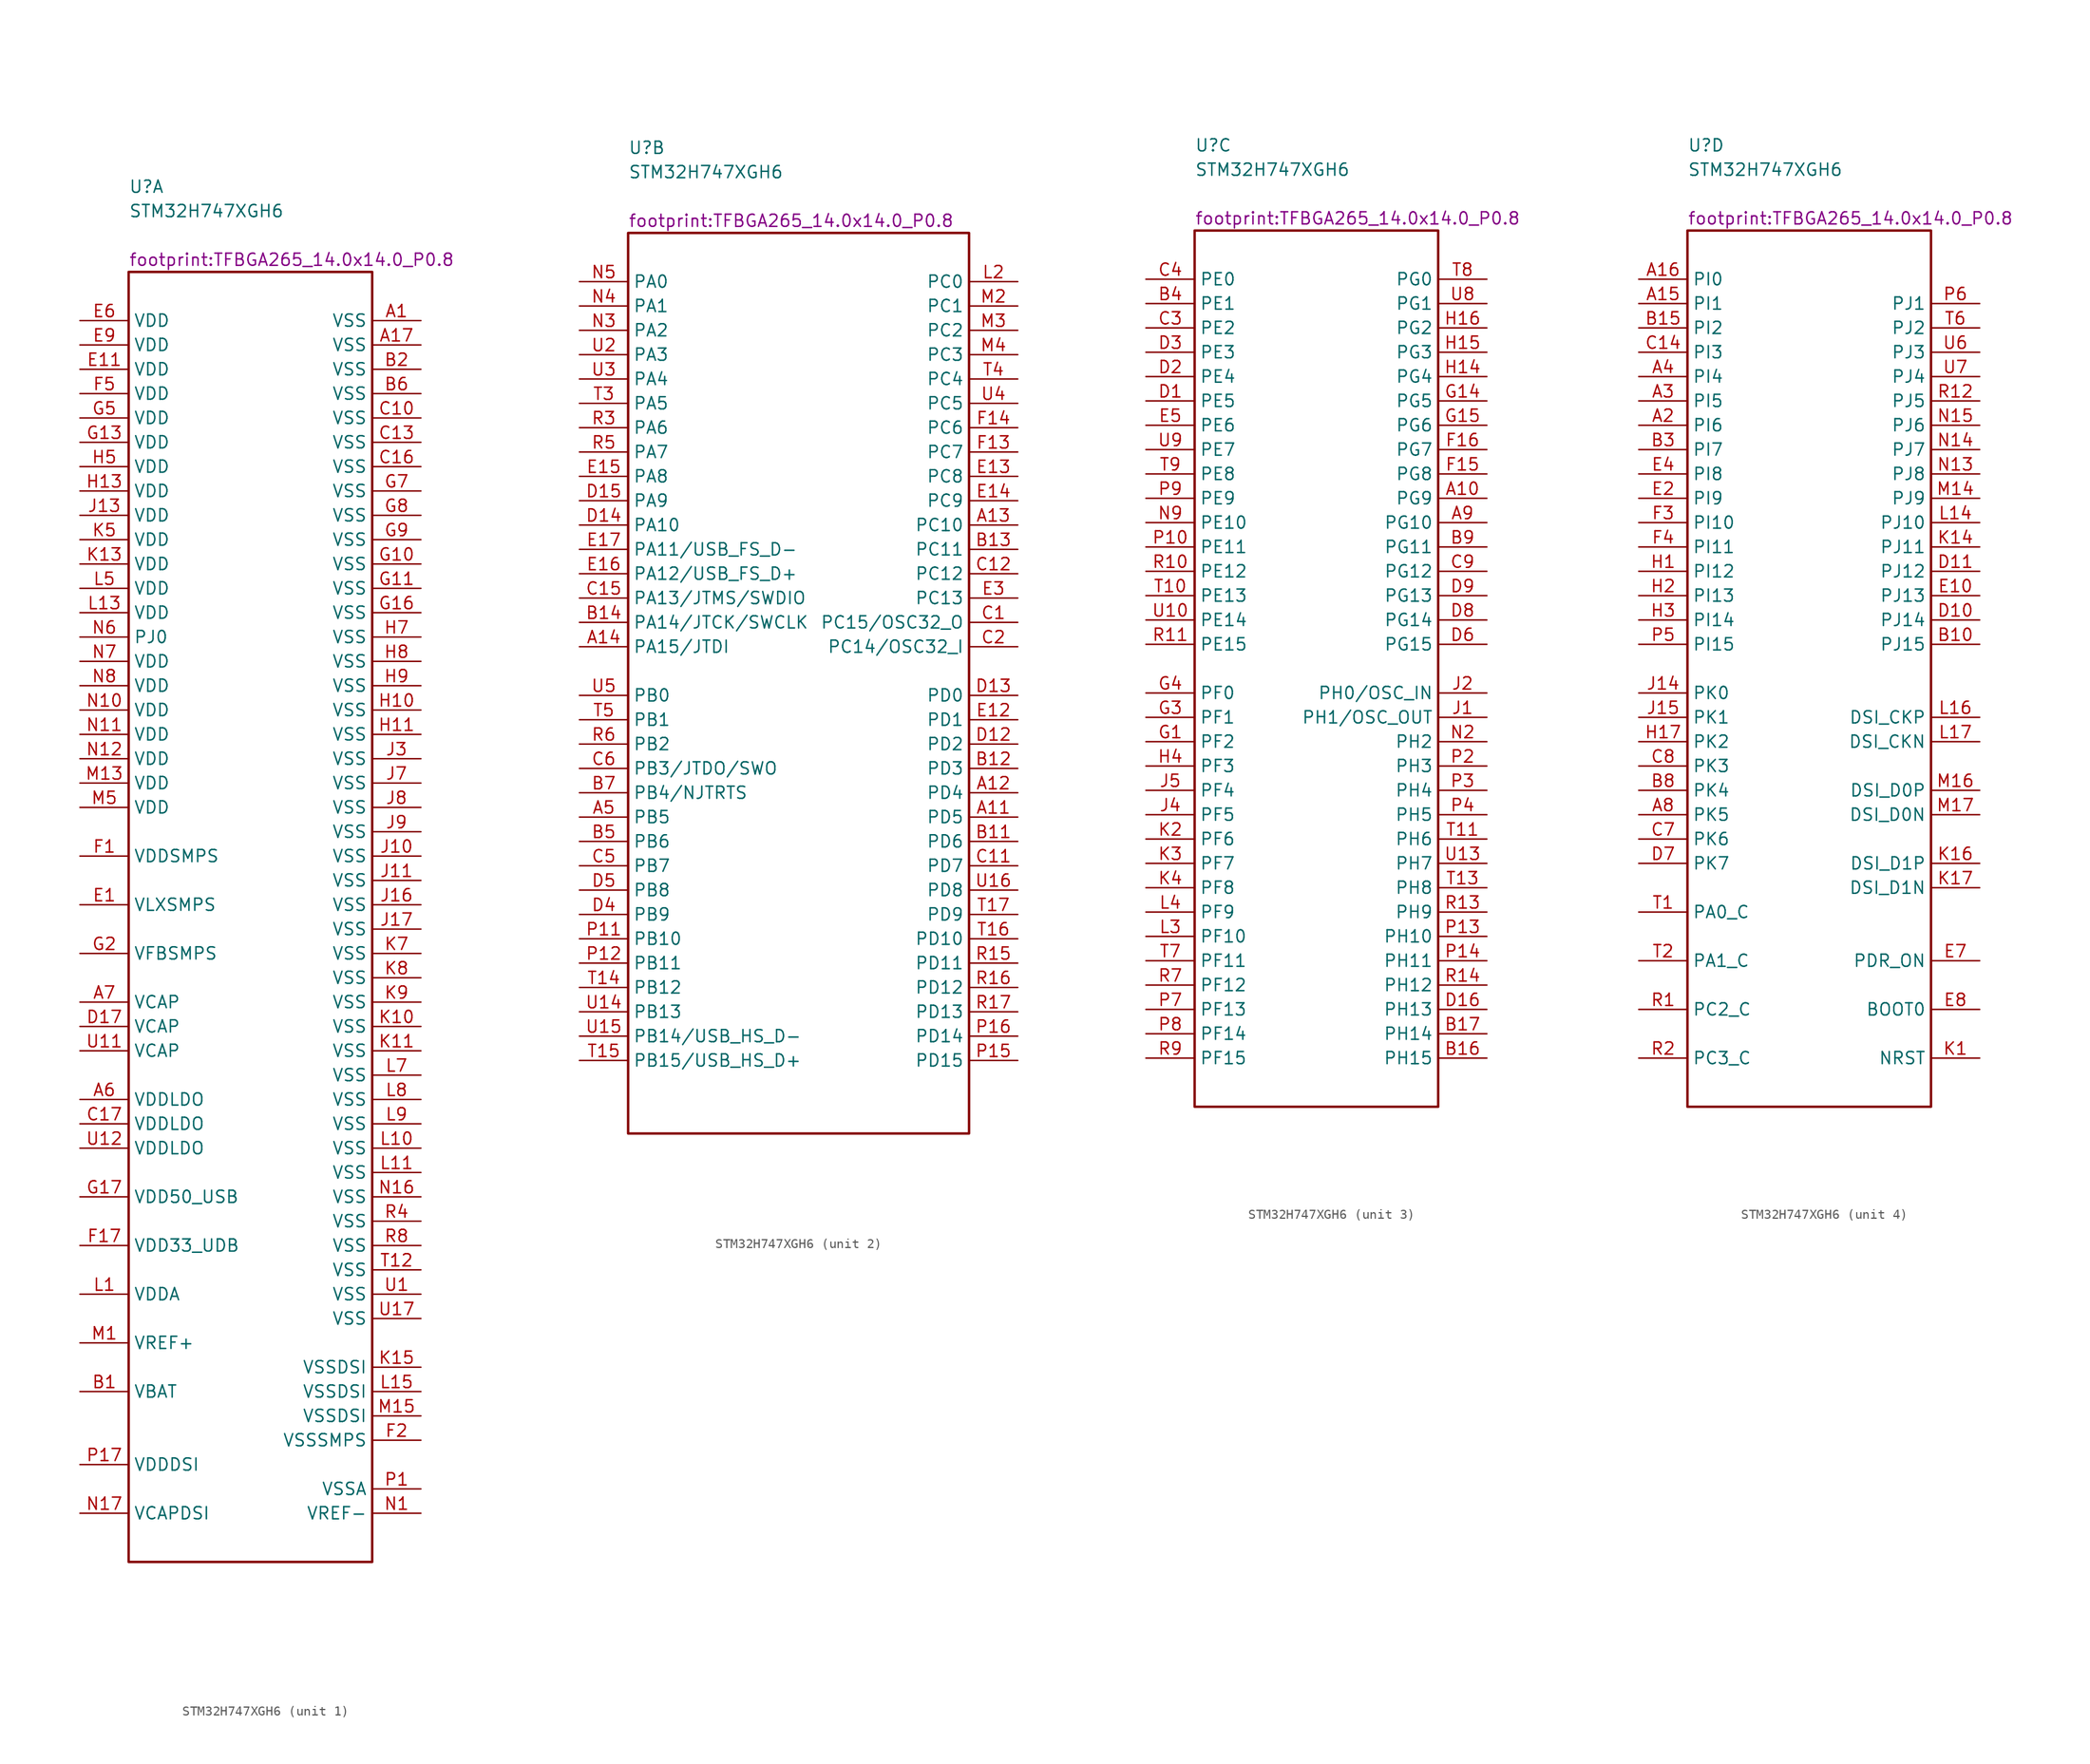
<source format=kicad_sym>
(kicad_symbol_lib
  (version 20211014)
  (generator kicad_symbol_editor)
  (symbol "STM32H747XGH6"
    (property "Reference" "U"
      (at 0 8.89 0)
      (effects (font (size 1.27 1.27)) (justify left)))
    (property "Value" "STM32H747XGH6"
      (at 0 6.35 0)
      (effects (font (size 1.27 1.27)) (justify left)))
    (property "Footprint" "footprint:TFBGA265_14.0x14.0_P0.8"
      (at 0 1.27 0)
      (effects (font (size 1.27 1.27)) (justify left)))
    (symbol "STM32H747XGH6_1_1"
      (rectangle (start 0 0) (end 25.4 -134.62) (stroke (width 0.254) (type default) (color 0 0 0 0)) (fill (type none)))
      (pin passive line (at 30.48 -5.08 180) (length 5.08) (name "VSS" (effects (font (size 1.27 1.27)))) (number "A1" (effects (font (size 1.27 1.27)))))
      (pin passive line (at 30.48 -7.62 180) (length 5.08) (name "VSS" (effects (font (size 1.27 1.27)))) (number "A17" (effects (font (size 1.27 1.27)))))
      (pin passive line (at -5.08 -86.36 0) (length 5.08) (name "VDDLDO" (effects (font (size 1.27 1.27)))) (number "A6" (effects (font (size 1.27 1.27)))))
      (pin passive line (at -5.08 -76.2 0) (length 5.08) (name "VCAP" (effects (font (size 1.27 1.27)))) (number "A7" (effects (font (size 1.27 1.27)))))
      (pin passive line (at -5.08 -116.84 0) (length 5.08) (name "VBAT" (effects (font (size 1.27 1.27)))) (number "B1" (effects (font (size 1.27 1.27)))))
      (pin passive line (at 30.48 -10.16 180) (length 5.08) (name "VSS" (effects (font (size 1.27 1.27)))) (number "B2" (effects (font (size 1.27 1.27)))))
      (pin passive line (at 30.48 -12.7 180) (length 5.08) (name "VSS" (effects (font (size 1.27 1.27)))) (number "B6" (effects (font (size 1.27 1.27)))))
      (pin passive line (at 30.48 -15.24 180) (length 5.08) (name "VSS" (effects (font (size 1.27 1.27)))) (number "C10" (effects (font (size 1.27 1.27)))))
      (pin passive line (at 30.48 -17.78 180) (length 5.08) (name "VSS" (effects (font (size 1.27 1.27)))) (number "C13" (effects (font (size 1.27 1.27)))))
      (pin passive line (at 30.48 -20.32 180) (length 5.08) (name "VSS" (effects (font (size 1.27 1.27)))) (number "C16" (effects (font (size 1.27 1.27)))))
      (pin passive line (at -5.08 -88.9 0) (length 5.08) (name "VDDLDO" (effects (font (size 1.27 1.27)))) (number "C17" (effects (font (size 1.27 1.27)))))
      (pin passive line (at -5.08 -78.74 0) (length 5.08) (name "VCAP" (effects (font (size 1.27 1.27)))) (number "D17" (effects (font (size 1.27 1.27)))))
      (pin passive line (at -5.08 -66.04 0) (length 5.08) (name "VLXSMPS" (effects (font (size 1.27 1.27)))) (number "E1" (effects (font (size 1.27 1.27)))))
      (pin passive line (at -5.08 -10.16 0) (length 5.08) (name "VDD" (effects (font (size 1.27 1.27)))) (number "E11" (effects (font (size 1.27 1.27)))))
      (pin passive line (at -5.08 -5.08 0) (length 5.08) (name "VDD" (effects (font (size 1.27 1.27)))) (number "E6" (effects (font (size 1.27 1.27)))))
      (pin passive line (at -5.08 -7.62 0) (length 5.08) (name "VDD" (effects (font (size 1.27 1.27)))) (number "E9" (effects (font (size 1.27 1.27)))))
      (pin passive line (at -5.08 -60.96 0) (length 5.08) (name "VDDSMPS" (effects (font (size 1.27 1.27)))) (number "F1" (effects (font (size 1.27 1.27)))))
      (pin passive line (at -5.08 -101.6 0) (length 5.08) (name "VDD33_UDB" (effects (font (size 1.27 1.27)))) (number "F17" (effects (font (size 1.27 1.27)))))
      (pin passive line (at 30.48 -121.92 180) (length 5.08) (name "VSSSMPS" (effects (font (size 1.27 1.27)))) (number "F2" (effects (font (size 1.27 1.27)))))
      (pin passive line (at -5.08 -12.7 0) (length 5.08) (name "VDD" (effects (font (size 1.27 1.27)))) (number "F5" (effects (font (size 1.27 1.27)))))
      (pin passive line (at 30.48 -30.48 180) (length 5.08) (name "VSS" (effects (font (size 1.27 1.27)))) (number "G10" (effects (font (size 1.27 1.27)))))
      (pin passive line (at 30.48 -33.02 180) (length 5.08) (name "VSS" (effects (font (size 1.27 1.27)))) (number "G11" (effects (font (size 1.27 1.27)))))
      (pin passive line (at -5.08 -17.78 0) (length 5.08) (name "VDD" (effects (font (size 1.27 1.27)))) (number "G13" (effects (font (size 1.27 1.27)))))
      (pin passive line (at 30.48 -35.56 180) (length 5.08) (name "VSS" (effects (font (size 1.27 1.27)))) (number "G16" (effects (font (size 1.27 1.27)))))
      (pin passive line (at -5.08 -96.52 0) (length 5.08) (name "VDD50_USB" (effects (font (size 1.27 1.27)))) (number "G17" (effects (font (size 1.27 1.27)))))
      (pin passive line (at -5.08 -71.12 0) (length 5.08) (name "VFBSMPS" (effects (font (size 1.27 1.27)))) (number "G2" (effects (font (size 1.27 1.27)))))
      (pin passive line (at -5.08 -15.24 0) (length 5.08) (name "VDD" (effects (font (size 1.27 1.27)))) (number "G5" (effects (font (size 1.27 1.27)))))
      (pin passive line (at 30.48 -22.86 180) (length 5.08) (name "VSS" (effects (font (size 1.27 1.27)))) (number "G7" (effects (font (size 1.27 1.27)))))
      (pin passive line (at 30.48 -25.4 180) (length 5.08) (name "VSS" (effects (font (size 1.27 1.27)))) (number "G8" (effects (font (size 1.27 1.27)))))
      (pin passive line (at 30.48 -27.94 180) (length 5.08) (name "VSS" (effects (font (size 1.27 1.27)))) (number "G9" (effects (font (size 1.27 1.27)))))
      (pin passive line (at 30.48 -45.72 180) (length 5.08) (name "VSS" (effects (font (size 1.27 1.27)))) (number "H10" (effects (font (size 1.27 1.27)))))
      (pin passive line (at 30.48 -48.26 180) (length 5.08) (name "VSS" (effects (font (size 1.27 1.27)))) (number "H11" (effects (font (size 1.27 1.27)))))
      (pin passive line (at -5.08 -22.86 0) (length 5.08) (name "VDD" (effects (font (size 1.27 1.27)))) (number "H13" (effects (font (size 1.27 1.27)))))
      (pin passive line (at -5.08 -20.32 0) (length 5.08) (name "VDD" (effects (font (size 1.27 1.27)))) (number "H5" (effects (font (size 1.27 1.27)))))
      (pin passive line (at 30.48 -38.1 180) (length 5.08) (name "VSS" (effects (font (size 1.27 1.27)))) (number "H7" (effects (font (size 1.27 1.27)))))
      (pin passive line (at 30.48 -40.64 180) (length 5.08) (name "VSS" (effects (font (size 1.27 1.27)))) (number "H8" (effects (font (size 1.27 1.27)))))
      (pin passive line (at 30.48 -43.18 180) (length 5.08) (name "VSS" (effects (font (size 1.27 1.27)))) (number "H9" (effects (font (size 1.27 1.27)))))
      (pin passive line (at 30.48 -60.96 180) (length 5.08) (name "VSS" (effects (font (size 1.27 1.27)))) (number "J10" (effects (font (size 1.27 1.27)))))
      (pin passive line (at 30.48 -63.5 180) (length 5.08) (name "VSS" (effects (font (size 1.27 1.27)))) (number "J11" (effects (font (size 1.27 1.27)))))
      (pin passive line (at -5.08 -25.4 0) (length 5.08) (name "VDD" (effects (font (size 1.27 1.27)))) (number "J13" (effects (font (size 1.27 1.27)))))
      (pin passive line (at 30.48 -66.04 180) (length 5.08) (name "VSS" (effects (font (size 1.27 1.27)))) (number "J16" (effects (font (size 1.27 1.27)))))
      (pin passive line (at 30.48 -68.58 180) (length 5.08) (name "VSS" (effects (font (size 1.27 1.27)))) (number "J17" (effects (font (size 1.27 1.27)))))
      (pin passive line (at 30.48 -50.8 180) (length 5.08) (name "VSS" (effects (font (size 1.27 1.27)))) (number "J3" (effects (font (size 1.27 1.27)))))
      (pin passive line (at 30.48 -53.34 180) (length 5.08) (name "VSS" (effects (font (size 1.27 1.27)))) (number "J7" (effects (font (size 1.27 1.27)))))
      (pin passive line (at 30.48 -55.88 180) (length 5.08) (name "VSS" (effects (font (size 1.27 1.27)))) (number "J8" (effects (font (size 1.27 1.27)))))
      (pin passive line (at 30.48 -58.42 180) (length 5.08) (name "VSS" (effects (font (size 1.27 1.27)))) (number "J9" (effects (font (size 1.27 1.27)))))
      (pin passive line (at 30.48 -78.74 180) (length 5.08) (name "VSS" (effects (font (size 1.27 1.27)))) (number "K10" (effects (font (size 1.27 1.27)))))
      (pin passive line (at 30.48 -81.28 180) (length 5.08) (name "VSS" (effects (font (size 1.27 1.27)))) (number "K11" (effects (font (size 1.27 1.27)))))
      (pin passive line (at -5.08 -30.48 0) (length 5.08) (name "VDD" (effects (font (size 1.27 1.27)))) (number "K13" (effects (font (size 1.27 1.27)))))
      (pin passive line (at 30.48 -114.3 180) (length 5.08) (name "VSSDSI" (effects (font (size 1.27 1.27)))) (number "K15" (effects (font (size 1.27 1.27)))))
      (pin passive line (at -5.08 -27.94 0) (length 5.08) (name "VDD" (effects (font (size 1.27 1.27)))) (number "K5" (effects (font (size 1.27 1.27)))))
      (pin passive line (at 30.48 -71.12 180) (length 5.08) (name "VSS" (effects (font (size 1.27 1.27)))) (number "K7" (effects (font (size 1.27 1.27)))))
      (pin passive line (at 30.48 -73.66 180) (length 5.08) (name "VSS" (effects (font (size 1.27 1.27)))) (number "K8" (effects (font (size 1.27 1.27)))))
      (pin passive line (at 30.48 -76.2 180) (length 5.08) (name "VSS" (effects (font (size 1.27 1.27)))) (number "K9" (effects (font (size 1.27 1.27)))))
      (pin passive line (at -5.08 -106.68 0) (length 5.08) (name "VDDA" (effects (font (size 1.27 1.27)))) (number "L1" (effects (font (size 1.27 1.27)))))
      (pin passive line (at 30.48 -91.44 180) (length 5.08) (name "VSS" (effects (font (size 1.27 1.27)))) (number "L10" (effects (font (size 1.27 1.27)))))
      (pin passive line (at 30.48 -93.98 180) (length 5.08) (name "VSS" (effects (font (size 1.27 1.27)))) (number "L11" (effects (font (size 1.27 1.27)))))
      (pin passive line (at -5.08 -35.56 0) (length 5.08) (name "VDD" (effects (font (size 1.27 1.27)))) (number "L13" (effects (font (size 1.27 1.27)))))
      (pin passive line (at 30.48 -116.84 180) (length 5.08) (name "VSSDSI" (effects (font (size 1.27 1.27)))) (number "L15" (effects (font (size 1.27 1.27)))))
      (pin passive line (at -5.08 -33.02 0) (length 5.08) (name "VDD" (effects (font (size 1.27 1.27)))) (number "L5" (effects (font (size 1.27 1.27)))))
      (pin passive line (at 30.48 -83.82 180) (length 5.08) (name "VSS" (effects (font (size 1.27 1.27)))) (number "L7" (effects (font (size 1.27 1.27)))))
      (pin passive line (at 30.48 -86.36 180) (length 5.08) (name "VSS" (effects (font (size 1.27 1.27)))) (number "L8" (effects (font (size 1.27 1.27)))))
      (pin passive line (at 30.48 -88.9 180) (length 5.08) (name "VSS" (effects (font (size 1.27 1.27)))) (number "L9" (effects (font (size 1.27 1.27)))))
      (pin passive line (at -5.08 -111.76 0) (length 5.08) (name "VREF+" (effects (font (size 1.27 1.27)))) (number "M1" (effects (font (size 1.27 1.27)))))
      (pin passive line (at -5.08 -53.34 0) (length 5.08) (name "VDD" (effects (font (size 1.27 1.27)))) (number "M13" (effects (font (size 1.27 1.27)))))
      (pin passive line (at 30.48 -119.38 180) (length 5.08) (name "VSSDSI" (effects (font (size 1.27 1.27)))) (number "M15" (effects (font (size 1.27 1.27)))))
      (pin passive line (at -5.08 -55.88 0) (length 5.08) (name "VDD" (effects (font (size 1.27 1.27)))) (number "M5" (effects (font (size 1.27 1.27)))))
      (pin passive line (at 30.48 -129.54 180) (length 5.08) (name "VREF-" (effects (font (size 1.27 1.27)))) (number "N1" (effects (font (size 1.27 1.27)))))
      (pin passive line (at -5.08 -45.72 0) (length 5.08) (name "VDD" (effects (font (size 1.27 1.27)))) (number "N10" (effects (font (size 1.27 1.27)))))
      (pin passive line (at -5.08 -48.26 0) (length 5.08) (name "VDD" (effects (font (size 1.27 1.27)))) (number "N11" (effects (font (size 1.27 1.27)))))
      (pin passive line (at -5.08 -50.8 0) (length 5.08) (name "VDD" (effects (font (size 1.27 1.27)))) (number "N12" (effects (font (size 1.27 1.27)))))
      (pin passive line (at 30.48 -96.52 180) (length 5.08) (name "VSS" (effects (font (size 1.27 1.27)))) (number "N16" (effects (font (size 1.27 1.27)))))
      (pin passive line (at -5.08 -129.54 0) (length 5.08) (name "VCAPDSI" (effects (font (size 1.27 1.27)))) (number "N17" (effects (font (size 1.27 1.27)))))
      (pin passive line (at -5.08 -38.1 0) (length 5.08) (name "PJ0" (effects (font (size 1.27 1.27)))) (number "N6" (effects (font (size 1.27 1.27)))))
      (pin passive line (at -5.08 -40.64 0) (length 5.08) (name "VDD" (effects (font (size 1.27 1.27)))) (number "N7" (effects (font (size 1.27 1.27)))))
      (pin passive line (at -5.08 -43.18 0) (length 5.08) (name "VDD" (effects (font (size 1.27 1.27)))) (number "N8" (effects (font (size 1.27 1.27)))))
      (pin passive line (at 30.48 -127 180) (length 5.08) (name "VSSA" (effects (font (size 1.27 1.27)))) (number "P1" (effects (font (size 1.27 1.27)))))
      (pin passive line (at -5.08 -124.46 0) (length 5.08) (name "VDDDSI" (effects (font (size 1.27 1.27)))) (number "P17" (effects (font (size 1.27 1.27)))))
      (pin passive line (at 30.48 -99.06 180) (length 5.08) (name "VSS" (effects (font (size 1.27 1.27)))) (number "R4" (effects (font (size 1.27 1.27)))))
      (pin passive line (at 30.48 -101.6 180) (length 5.08) (name "VSS" (effects (font (size 1.27 1.27)))) (number "R8" (effects (font (size 1.27 1.27)))))
      (pin passive line (at 30.48 -104.14 180) (length 5.08) (name "VSS" (effects (font (size 1.27 1.27)))) (number "T12" (effects (font (size 1.27 1.27)))))
      (pin passive line (at 30.48 -106.68 180) (length 5.08) (name "VSS" (effects (font (size 1.27 1.27)))) (number "U1" (effects (font (size 1.27 1.27)))))
      (pin passive line (at -5.08 -81.28 0) (length 5.08) (name "VCAP" (effects (font (size 1.27 1.27)))) (number "U11" (effects (font (size 1.27 1.27)))))
      (pin passive line (at -5.08 -91.44 0) (length 5.08) (name "VDDLDO" (effects (font (size 1.27 1.27)))) (number "U12" (effects (font (size 1.27 1.27)))))
      (pin passive line (at 30.48 -109.22 180) (length 5.08) (name "VSS" (effects (font (size 1.27 1.27)))) (number "U17" (effects (font (size 1.27 1.27))))))
    (symbol "STM32H747XGH6_2_1"
      (rectangle (start 0 0) (end 35.56 -93.98) (stroke (width 0.254) (type default) (color 0 0 0 0)) (fill (type none)))
      (pin passive line (at 40.64 -60.96 180) (length 5.08) (name "PD5" (effects (font (size 1.27 1.27)))) (number "A11" (effects (font (size 1.27 1.27)))))
      (pin passive line (at 40.64 -58.42 180) (length 5.08) (name "PD4" (effects (font (size 1.27 1.27)))) (number "A12" (effects (font (size 1.27 1.27)))))
      (pin passive line (at 40.64 -30.48 180) (length 5.08) (name "PC10" (effects (font (size 1.27 1.27)))) (number "A13" (effects (font (size 1.27 1.27)))))
      (pin passive line (at -5.08 -43.18 0) (length 5.08) (name "PA15/JTDI" (effects (font (size 1.27 1.27)))) (number "A14" (effects (font (size 1.27 1.27)))))
      (pin passive line (at -5.08 -60.96 0) (length 5.08) (name "PB5" (effects (font (size 1.27 1.27)))) (number "A5" (effects (font (size 1.27 1.27)))))
      (pin passive line (at 40.64 -63.5 180) (length 5.08) (name "PD6" (effects (font (size 1.27 1.27)))) (number "B11" (effects (font (size 1.27 1.27)))))
      (pin passive line (at 40.64 -55.88 180) (length 5.08) (name "PD3" (effects (font (size 1.27 1.27)))) (number "B12" (effects (font (size 1.27 1.27)))))
      (pin passive line (at 40.64 -33.02 180) (length 5.08) (name "PC11" (effects (font (size 1.27 1.27)))) (number "B13" (effects (font (size 1.27 1.27)))))
      (pin passive line (at -5.08 -40.64 0) (length 5.08) (name "PA14/JTCK/SWCLK" (effects (font (size 1.27 1.27)))) (number "B14" (effects (font (size 1.27 1.27)))))
      (pin passive line (at -5.08 -63.5 0) (length 5.08) (name "PB6" (effects (font (size 1.27 1.27)))) (number "B5" (effects (font (size 1.27 1.27)))))
      (pin passive line (at -5.08 -58.42 0) (length 5.08) (name "PB4/NJTRTS" (effects (font (size 1.27 1.27)))) (number "B7" (effects (font (size 1.27 1.27)))))
      (pin passive line (at 40.64 -40.64 180) (length 5.08) (name "PC15/OSC32_O" (effects (font (size 1.27 1.27)))) (number "C1" (effects (font (size 1.27 1.27)))))
      (pin passive line (at 40.64 -66.04 180) (length 5.08) (name "PD7" (effects (font (size 1.27 1.27)))) (number "C11" (effects (font (size 1.27 1.27)))))
      (pin passive line (at 40.64 -35.56 180) (length 5.08) (name "PC12" (effects (font (size 1.27 1.27)))) (number "C12" (effects (font (size 1.27 1.27)))))
      (pin passive line (at -5.08 -38.1 0) (length 5.08) (name "PA13/JTMS/SWDIO" (effects (font (size 1.27 1.27)))) (number "C15" (effects (font (size 1.27 1.27)))))
      (pin passive line (at 40.64 -43.18 180) (length 5.08) (name "PC14/OSC32_I" (effects (font (size 1.27 1.27)))) (number "C2" (effects (font (size 1.27 1.27)))))
      (pin passive line (at -5.08 -66.04 0) (length 5.08) (name "PB7" (effects (font (size 1.27 1.27)))) (number "C5" (effects (font (size 1.27 1.27)))))
      (pin passive line (at -5.08 -55.88 0) (length 5.08) (name "PB3/JTDO/SWO" (effects (font (size 1.27 1.27)))) (number "C6" (effects (font (size 1.27 1.27)))))
      (pin passive line (at 40.64 -53.34 180) (length 5.08) (name "PD2" (effects (font (size 1.27 1.27)))) (number "D12" (effects (font (size 1.27 1.27)))))
      (pin passive line (at 40.64 -48.26 180) (length 5.08) (name "PD0" (effects (font (size 1.27 1.27)))) (number "D13" (effects (font (size 1.27 1.27)))))
      (pin passive line (at -5.08 -30.48 0) (length 5.08) (name "PA10" (effects (font (size 1.27 1.27)))) (number "D14" (effects (font (size 1.27 1.27)))))
      (pin passive line (at -5.08 -27.94 0) (length 5.08) (name "PA9" (effects (font (size 1.27 1.27)))) (number "D15" (effects (font (size 1.27 1.27)))))
      (pin passive line (at -5.08 -71.12 0) (length 5.08) (name "PB9" (effects (font (size 1.27 1.27)))) (number "D4" (effects (font (size 1.27 1.27)))))
      (pin passive line (at -5.08 -68.58 0) (length 5.08) (name "PB8" (effects (font (size 1.27 1.27)))) (number "D5" (effects (font (size 1.27 1.27)))))
      (pin passive line (at 40.64 -50.8 180) (length 5.08) (name "PD1" (effects (font (size 1.27 1.27)))) (number "E12" (effects (font (size 1.27 1.27)))))
      (pin passive line (at 40.64 -25.4 180) (length 5.08) (name "PC8" (effects (font (size 1.27 1.27)))) (number "E13" (effects (font (size 1.27 1.27)))))
      (pin passive line (at 40.64 -27.94 180) (length 5.08) (name "PC9" (effects (font (size 1.27 1.27)))) (number "E14" (effects (font (size 1.27 1.27)))))
      (pin passive line (at -5.08 -25.4 0) (length 5.08) (name "PA8" (effects (font (size 1.27 1.27)))) (number "E15" (effects (font (size 1.27 1.27)))))
      (pin passive line (at -5.08 -35.56 0) (length 5.08) (name "PA12/USB_FS_D+" (effects (font (size 1.27 1.27)))) (number "E16" (effects (font (size 1.27 1.27)))))
      (pin passive line (at -5.08 -33.02 0) (length 5.08) (name "PA11/USB_FS_D-" (effects (font (size 1.27 1.27)))) (number "E17" (effects (font (size 1.27 1.27)))))
      (pin passive line (at 40.64 -38.1 180) (length 5.08) (name "PC13" (effects (font (size 1.27 1.27)))) (number "E3" (effects (font (size 1.27 1.27)))))
      (pin passive line (at 40.64 -22.86 180) (length 5.08) (name "PC7" (effects (font (size 1.27 1.27)))) (number "F13" (effects (font (size 1.27 1.27)))))
      (pin passive line (at 40.64 -20.32 180) (length 5.08) (name "PC6" (effects (font (size 1.27 1.27)))) (number "F14" (effects (font (size 1.27 1.27)))))
      (pin passive line (at 40.64 -5.08 180) (length 5.08) (name "PC0" (effects (font (size 1.27 1.27)))) (number "L2" (effects (font (size 1.27 1.27)))))
      (pin passive line (at 40.64 -7.62 180) (length 5.08) (name "PC1" (effects (font (size 1.27 1.27)))) (number "M2" (effects (font (size 1.27 1.27)))))
      (pin passive line (at 40.64 -10.16 180) (length 5.08) (name "PC2" (effects (font (size 1.27 1.27)))) (number "M3" (effects (font (size 1.27 1.27)))))
      (pin passive line (at 40.64 -12.7 180) (length 5.08) (name "PC3" (effects (font (size 1.27 1.27)))) (number "M4" (effects (font (size 1.27 1.27)))))
      (pin passive line (at -5.08 -10.16 0) (length 5.08) (name "PA2" (effects (font (size 1.27 1.27)))) (number "N3" (effects (font (size 1.27 1.27)))))
      (pin passive line (at -5.08 -7.62 0) (length 5.08) (name "PA1" (effects (font (size 1.27 1.27)))) (number "N4" (effects (font (size 1.27 1.27)))))
      (pin passive line (at -5.08 -5.08 0) (length 5.08) (name "PA0" (effects (font (size 1.27 1.27)))) (number "N5" (effects (font (size 1.27 1.27)))))
      (pin passive line (at -5.08 -73.66 0) (length 5.08) (name "PB10" (effects (font (size 1.27 1.27)))) (number "P11" (effects (font (size 1.27 1.27)))))
      (pin passive line (at -5.08 -76.2 0) (length 5.08) (name "PB11" (effects (font (size 1.27 1.27)))) (number "P12" (effects (font (size 1.27 1.27)))))
      (pin passive line (at 40.64 -86.36 180) (length 5.08) (name "PD15" (effects (font (size 1.27 1.27)))) (number "P15" (effects (font (size 1.27 1.27)))))
      (pin passive line (at 40.64 -83.82 180) (length 5.08) (name "PD14" (effects (font (size 1.27 1.27)))) (number "P16" (effects (font (size 1.27 1.27)))))
      (pin passive line (at 40.64 -76.2 180) (length 5.08) (name "PD11" (effects (font (size 1.27 1.27)))) (number "R15" (effects (font (size 1.27 1.27)))))
      (pin passive line (at 40.64 -78.74 180) (length 5.08) (name "PD12" (effects (font (size 1.27 1.27)))) (number "R16" (effects (font (size 1.27 1.27)))))
      (pin passive line (at 40.64 -81.28 180) (length 5.08) (name "PD13" (effects (font (size 1.27 1.27)))) (number "R17" (effects (font (size 1.27 1.27)))))
      (pin passive line (at -5.08 -20.32 0) (length 5.08) (name "PA6" (effects (font (size 1.27 1.27)))) (number "R3" (effects (font (size 1.27 1.27)))))
      (pin passive line (at -5.08 -22.86 0) (length 5.08) (name "PA7" (effects (font (size 1.27 1.27)))) (number "R5" (effects (font (size 1.27 1.27)))))
      (pin passive line (at -5.08 -53.34 0) (length 5.08) (name "PB2" (effects (font (size 1.27 1.27)))) (number "R6" (effects (font (size 1.27 1.27)))))
      (pin passive line (at -5.08 -78.74 0) (length 5.08) (name "PB12" (effects (font (size 1.27 1.27)))) (number "T14" (effects (font (size 1.27 1.27)))))
      (pin passive line (at -5.08 -86.36 0) (length 5.08) (name "PB15/USB_HS_D+" (effects (font (size 1.27 1.27)))) (number "T15" (effects (font (size 1.27 1.27)))))
      (pin passive line (at 40.64 -73.66 180) (length 5.08) (name "PD10" (effects (font (size 1.27 1.27)))) (number "T16" (effects (font (size 1.27 1.27)))))
      (pin passive line (at 40.64 -71.12 180) (length 5.08) (name "PD9" (effects (font (size 1.27 1.27)))) (number "T17" (effects (font (size 1.27 1.27)))))
      (pin passive line (at -5.08 -17.78 0) (length 5.08) (name "PA5" (effects (font (size 1.27 1.27)))) (number "T3" (effects (font (size 1.27 1.27)))))
      (pin passive line (at 40.64 -15.24 180) (length 5.08) (name "PC4" (effects (font (size 1.27 1.27)))) (number "T4" (effects (font (size 1.27 1.27)))))
      (pin passive line (at -5.08 -50.8 0) (length 5.08) (name "PB1" (effects (font (size 1.27 1.27)))) (number "T5" (effects (font (size 1.27 1.27)))))
      (pin passive line (at -5.08 -81.28 0) (length 5.08) (name "PB13" (effects (font (size 1.27 1.27)))) (number "U14" (effects (font (size 1.27 1.27)))))
      (pin passive line (at -5.08 -83.82 0) (length 5.08) (name "PB14/USB_HS_D-" (effects (font (size 1.27 1.27)))) (number "U15" (effects (font (size 1.27 1.27)))))
      (pin passive line (at 40.64 -68.58 180) (length 5.08) (name "PD8" (effects (font (size 1.27 1.27)))) (number "U16" (effects (font (size 1.27 1.27)))))
      (pin passive line (at -5.08 -12.7 0) (length 5.08) (name "PA3" (effects (font (size 1.27 1.27)))) (number "U2" (effects (font (size 1.27 1.27)))))
      (pin passive line (at -5.08 -15.24 0) (length 5.08) (name "PA4" (effects (font (size 1.27 1.27)))) (number "U3" (effects (font (size 1.27 1.27)))))
      (pin passive line (at 40.64 -17.78 180) (length 5.08) (name "PC5" (effects (font (size 1.27 1.27)))) (number "U4" (effects (font (size 1.27 1.27)))))
      (pin passive line (at -5.08 -48.26 0) (length 5.08) (name "PB0" (effects (font (size 1.27 1.27)))) (number "U5" (effects (font (size 1.27 1.27))))))
    (symbol "STM32H747XGH6_3_1"
      (rectangle (start 0 0) (end 25.4 -91.44) (stroke (width 0.254) (type default) (color 0 0 0 0)) (fill (type none)))
      (pin passive line (at 30.48 -27.94 180) (length 5.08) (name "PG9" (effects (font (size 1.27 1.27)))) (number "A10" (effects (font (size 1.27 1.27)))))
      (pin passive line (at 30.48 -30.48 180) (length 5.08) (name "PG10" (effects (font (size 1.27 1.27)))) (number "A9" (effects (font (size 1.27 1.27)))))
      (pin passive line (at 30.48 -86.36 180) (length 5.08) (name "PH15" (effects (font (size 1.27 1.27)))) (number "B16" (effects (font (size 1.27 1.27)))))
      (pin passive line (at 30.48 -83.82 180) (length 5.08) (name "PH14" (effects (font (size 1.27 1.27)))) (number "B17" (effects (font (size 1.27 1.27)))))
      (pin passive line (at -5.08 -7.62 0) (length 5.08) (name "PE1" (effects (font (size 1.27 1.27)))) (number "B4" (effects (font (size 1.27 1.27)))))
      (pin passive line (at 30.48 -33.02 180) (length 5.08) (name "PG11" (effects (font (size 1.27 1.27)))) (number "B9" (effects (font (size 1.27 1.27)))))
      (pin passive line (at -5.08 -10.16 0) (length 5.08) (name "PE2" (effects (font (size 1.27 1.27)))) (number "C3" (effects (font (size 1.27 1.27)))))
      (pin passive line (at -5.08 -5.08 0) (length 5.08) (name "PE0" (effects (font (size 1.27 1.27)))) (number "C4" (effects (font (size 1.27 1.27)))))
      (pin passive line (at 30.48 -35.56 180) (length 5.08) (name "PG12" (effects (font (size 1.27 1.27)))) (number "C9" (effects (font (size 1.27 1.27)))))
      (pin passive line (at -5.08 -17.78 0) (length 5.08) (name "PE5" (effects (font (size 1.27 1.27)))) (number "D1" (effects (font (size 1.27 1.27)))))
      (pin passive line (at 30.48 -81.28 180) (length 5.08) (name "PH13" (effects (font (size 1.27 1.27)))) (number "D16" (effects (font (size 1.27 1.27)))))
      (pin passive line (at -5.08 -15.24 0) (length 5.08) (name "PE4" (effects (font (size 1.27 1.27)))) (number "D2" (effects (font (size 1.27 1.27)))))
      (pin passive line (at -5.08 -12.7 0) (length 5.08) (name "PE3" (effects (font (size 1.27 1.27)))) (number "D3" (effects (font (size 1.27 1.27)))))
      (pin passive line (at 30.48 -43.18 180) (length 5.08) (name "PG15" (effects (font (size 1.27 1.27)))) (number "D6" (effects (font (size 1.27 1.27)))))
      (pin passive line (at 30.48 -40.64 180) (length 5.08) (name "PG14" (effects (font (size 1.27 1.27)))) (number "D8" (effects (font (size 1.27 1.27)))))
      (pin passive line (at 30.48 -38.1 180) (length 5.08) (name "PG13" (effects (font (size 1.27 1.27)))) (number "D9" (effects (font (size 1.27 1.27)))))
      (pin passive line (at -5.08 -20.32 0) (length 5.08) (name "PE6" (effects (font (size 1.27 1.27)))) (number "E5" (effects (font (size 1.27 1.27)))))
      (pin passive line (at 30.48 -25.4 180) (length 5.08) (name "PG8" (effects (font (size 1.27 1.27)))) (number "F15" (effects (font (size 1.27 1.27)))))
      (pin passive line (at 30.48 -22.86 180) (length 5.08) (name "PG7" (effects (font (size 1.27 1.27)))) (number "F16" (effects (font (size 1.27 1.27)))))
      (pin passive line (at -5.08 -53.34 0) (length 5.08) (name "PF2" (effects (font (size 1.27 1.27)))) (number "G1" (effects (font (size 1.27 1.27)))))
      (pin passive line (at 30.48 -17.78 180) (length 5.08) (name "PG5" (effects (font (size 1.27 1.27)))) (number "G14" (effects (font (size 1.27 1.27)))))
      (pin passive line (at 30.48 -20.32 180) (length 5.08) (name "PG6" (effects (font (size 1.27 1.27)))) (number "G15" (effects (font (size 1.27 1.27)))))
      (pin passive line (at -5.08 -50.8 0) (length 5.08) (name "PF1" (effects (font (size 1.27 1.27)))) (number "G3" (effects (font (size 1.27 1.27)))))
      (pin passive line (at -5.08 -48.26 0) (length 5.08) (name "PF0" (effects (font (size 1.27 1.27)))) (number "G4" (effects (font (size 1.27 1.27)))))
      (pin passive line (at 30.48 -15.24 180) (length 5.08) (name "PG4" (effects (font (size 1.27 1.27)))) (number "H14" (effects (font (size 1.27 1.27)))))
      (pin passive line (at 30.48 -12.7 180) (length 5.08) (name "PG3" (effects (font (size 1.27 1.27)))) (number "H15" (effects (font (size 1.27 1.27)))))
      (pin passive line (at 30.48 -10.16 180) (length 5.08) (name "PG2" (effects (font (size 1.27 1.27)))) (number "H16" (effects (font (size 1.27 1.27)))))
      (pin passive line (at -5.08 -55.88 0) (length 5.08) (name "PF3" (effects (font (size 1.27 1.27)))) (number "H4" (effects (font (size 1.27 1.27)))))
      (pin passive line (at 30.48 -50.8 180) (length 5.08) (name "PH1/OSC_OUT" (effects (font (size 1.27 1.27)))) (number "J1" (effects (font (size 1.27 1.27)))))
      (pin passive line (at 30.48 -48.26 180) (length 5.08) (name "PH0/OSC_IN" (effects (font (size 1.27 1.27)))) (number "J2" (effects (font (size 1.27 1.27)))))
      (pin passive line (at -5.08 -60.96 0) (length 5.08) (name "PF5" (effects (font (size 1.27 1.27)))) (number "J4" (effects (font (size 1.27 1.27)))))
      (pin passive line (at -5.08 -58.42 0) (length 5.08) (name "PF4" (effects (font (size 1.27 1.27)))) (number "J5" (effects (font (size 1.27 1.27)))))
      (pin passive line (at -5.08 -63.5 0) (length 5.08) (name "PF6" (effects (font (size 1.27 1.27)))) (number "K2" (effects (font (size 1.27 1.27)))))
      (pin passive line (at -5.08 -66.04 0) (length 5.08) (name "PF7" (effects (font (size 1.27 1.27)))) (number "K3" (effects (font (size 1.27 1.27)))))
      (pin passive line (at -5.08 -68.58 0) (length 5.08) (name "PF8" (effects (font (size 1.27 1.27)))) (number "K4" (effects (font (size 1.27 1.27)))))
      (pin passive line (at -5.08 -73.66 0) (length 5.08) (name "PF10" (effects (font (size 1.27 1.27)))) (number "L3" (effects (font (size 1.27 1.27)))))
      (pin passive line (at -5.08 -71.12 0) (length 5.08) (name "PF9" (effects (font (size 1.27 1.27)))) (number "L4" (effects (font (size 1.27 1.27)))))
      (pin passive line (at 30.48 -53.34 180) (length 5.08) (name "PH2" (effects (font (size 1.27 1.27)))) (number "N2" (effects (font (size 1.27 1.27)))))
      (pin passive line (at -5.08 -30.48 0) (length 5.08) (name "PE10" (effects (font (size 1.27 1.27)))) (number "N9" (effects (font (size 1.27 1.27)))))
      (pin passive line (at -5.08 -33.02 0) (length 5.08) (name "PE11" (effects (font (size 1.27 1.27)))) (number "P10" (effects (font (size 1.27 1.27)))))
      (pin passive line (at 30.48 -73.66 180) (length 5.08) (name "PH10" (effects (font (size 1.27 1.27)))) (number "P13" (effects (font (size 1.27 1.27)))))
      (pin passive line (at 30.48 -76.2 180) (length 5.08) (name "PH11" (effects (font (size 1.27 1.27)))) (number "P14" (effects (font (size 1.27 1.27)))))
      (pin passive line (at 30.48 -55.88 180) (length 5.08) (name "PH3" (effects (font (size 1.27 1.27)))) (number "P2" (effects (font (size 1.27 1.27)))))
      (pin passive line (at 30.48 -58.42 180) (length 5.08) (name "PH4" (effects (font (size 1.27 1.27)))) (number "P3" (effects (font (size 1.27 1.27)))))
      (pin passive line (at 30.48 -60.96 180) (length 5.08) (name "PH5" (effects (font (size 1.27 1.27)))) (number "P4" (effects (font (size 1.27 1.27)))))
      (pin passive line (at -5.08 -81.28 0) (length 5.08) (name "PF13" (effects (font (size 1.27 1.27)))) (number "P7" (effects (font (size 1.27 1.27)))))
      (pin passive line (at -5.08 -83.82 0) (length 5.08) (name "PF14" (effects (font (size 1.27 1.27)))) (number "P8" (effects (font (size 1.27 1.27)))))
      (pin passive line (at -5.08 -27.94 0) (length 5.08) (name "PE9" (effects (font (size 1.27 1.27)))) (number "P9" (effects (font (size 1.27 1.27)))))
      (pin passive line (at -5.08 -35.56 0) (length 5.08) (name "PE12" (effects (font (size 1.27 1.27)))) (number "R10" (effects (font (size 1.27 1.27)))))
      (pin passive line (at -5.08 -43.18 0) (length 5.08) (name "PE15" (effects (font (size 1.27 1.27)))) (number "R11" (effects (font (size 1.27 1.27)))))
      (pin passive line (at 30.48 -71.12 180) (length 5.08) (name "PH9" (effects (font (size 1.27 1.27)))) (number "R13" (effects (font (size 1.27 1.27)))))
      (pin passive line (at 30.48 -78.74 180) (length 5.08) (name "PH12" (effects (font (size 1.27 1.27)))) (number "R14" (effects (font (size 1.27 1.27)))))
      (pin passive line (at -5.08 -78.74 0) (length 5.08) (name "PF12" (effects (font (size 1.27 1.27)))) (number "R7" (effects (font (size 1.27 1.27)))))
      (pin passive line (at -5.08 -86.36 0) (length 5.08) (name "PF15" (effects (font (size 1.27 1.27)))) (number "R9" (effects (font (size 1.27 1.27)))))
      (pin passive line (at -5.08 -38.1 0) (length 5.08) (name "PE13" (effects (font (size 1.27 1.27)))) (number "T10" (effects (font (size 1.27 1.27)))))
      (pin passive line (at 30.48 -63.5 180) (length 5.08) (name "PH6" (effects (font (size 1.27 1.27)))) (number "T11" (effects (font (size 1.27 1.27)))))
      (pin passive line (at 30.48 -68.58 180) (length 5.08) (name "PH8" (effects (font (size 1.27 1.27)))) (number "T13" (effects (font (size 1.27 1.27)))))
      (pin passive line (at -5.08 -76.2 0) (length 5.08) (name "PF11" (effects (font (size 1.27 1.27)))) (number "T7" (effects (font (size 1.27 1.27)))))
      (pin passive line (at 30.48 -5.08 180) (length 5.08) (name "PG0" (effects (font (size 1.27 1.27)))) (number "T8" (effects (font (size 1.27 1.27)))))
      (pin passive line (at -5.08 -25.4 0) (length 5.08) (name "PE8" (effects (font (size 1.27 1.27)))) (number "T9" (effects (font (size 1.27 1.27)))))
      (pin passive line (at -5.08 -40.64 0) (length 5.08) (name "PE14" (effects (font (size 1.27 1.27)))) (number "U10" (effects (font (size 1.27 1.27)))))
      (pin passive line (at 30.48 -66.04 180) (length 5.08) (name "PH7" (effects (font (size 1.27 1.27)))) (number "U13" (effects (font (size 1.27 1.27)))))
      (pin passive line (at 30.48 -7.62 180) (length 5.08) (name "PG1" (effects (font (size 1.27 1.27)))) (number "U8" (effects (font (size 1.27 1.27)))))
      (pin passive line (at -5.08 -22.86 0) (length 5.08) (name "PE7" (effects (font (size 1.27 1.27)))) (number "U9" (effects (font (size 1.27 1.27))))))
    (symbol "STM32H747XGH6_4_1"
      (rectangle (start 0 0) (end 25.4 -91.44) (stroke (width 0.254) (type default) (color 0 0 0 0)) (fill (type none)))
      (pin passive line (at -5.08 -7.62 0) (length 5.08) (name "PI1" (effects (font (size 1.27 1.27)))) (number "A15" (effects (font (size 1.27 1.27)))))
      (pin passive line (at -5.08 -5.08 0) (length 5.08) (name "PI0" (effects (font (size 1.27 1.27)))) (number "A16" (effects (font (size 1.27 1.27)))))
      (pin passive line (at -5.08 -20.32 0) (length 5.08) (name "PI6" (effects (font (size 1.27 1.27)))) (number "A2" (effects (font (size 1.27 1.27)))))
      (pin passive line (at -5.08 -17.78 0) (length 5.08) (name "PI5" (effects (font (size 1.27 1.27)))) (number "A3" (effects (font (size 1.27 1.27)))))
      (pin passive line (at -5.08 -15.24 0) (length 5.08) (name "PI4" (effects (font (size 1.27 1.27)))) (number "A4" (effects (font (size 1.27 1.27)))))
      (pin passive line (at -5.08 -60.96 0) (length 5.08) (name "PK5" (effects (font (size 1.27 1.27)))) (number "A8" (effects (font (size 1.27 1.27)))))
      (pin passive line (at 30.48 -43.18 180) (length 5.08) (name "PJ15" (effects (font (size 1.27 1.27)))) (number "B10" (effects (font (size 1.27 1.27)))))
      (pin passive line (at -5.08 -10.16 0) (length 5.08) (name "PI2" (effects (font (size 1.27 1.27)))) (number "B15" (effects (font (size 1.27 1.27)))))
      (pin passive line (at -5.08 -22.86 0) (length 5.08) (name "PI7" (effects (font (size 1.27 1.27)))) (number "B3" (effects (font (size 1.27 1.27)))))
      (pin passive line (at -5.08 -58.42 0) (length 5.08) (name "PK4" (effects (font (size 1.27 1.27)))) (number "B8" (effects (font (size 1.27 1.27)))))
      (pin passive line (at -5.08 -12.7 0) (length 5.08) (name "PI3" (effects (font (size 1.27 1.27)))) (number "C14" (effects (font (size 1.27 1.27)))))
      (pin passive line (at -5.08 -63.5 0) (length 5.08) (name "PK6" (effects (font (size 1.27 1.27)))) (number "C7" (effects (font (size 1.27 1.27)))))
      (pin passive line (at -5.08 -55.88 0) (length 5.08) (name "PK3" (effects (font (size 1.27 1.27)))) (number "C8" (effects (font (size 1.27 1.27)))))
      (pin passive line (at 30.48 -40.64 180) (length 5.08) (name "PJ14" (effects (font (size 1.27 1.27)))) (number "D10" (effects (font (size 1.27 1.27)))))
      (pin passive line (at 30.48 -35.56 180) (length 5.08) (name "PJ12" (effects (font (size 1.27 1.27)))) (number "D11" (effects (font (size 1.27 1.27)))))
      (pin passive line (at -5.08 -66.04 0) (length 5.08) (name "PK7" (effects (font (size 1.27 1.27)))) (number "D7" (effects (font (size 1.27 1.27)))))
      (pin passive line (at 30.48 -38.1 180) (length 5.08) (name "PJ13" (effects (font (size 1.27 1.27)))) (number "E10" (effects (font (size 1.27 1.27)))))
      (pin passive line (at -5.08 -27.94 0) (length 5.08) (name "PI9" (effects (font (size 1.27 1.27)))) (number "E2" (effects (font (size 1.27 1.27)))))
      (pin passive line (at -5.08 -25.4 0) (length 5.08) (name "PI8" (effects (font (size 1.27 1.27)))) (number "E4" (effects (font (size 1.27 1.27)))))
      (pin passive line (at 30.48 -76.2 180) (length 5.08) (name "PDR_ON" (effects (font (size 1.27 1.27)))) (number "E7" (effects (font (size 1.27 1.27)))))
      (pin passive line (at 30.48 -81.28 180) (length 5.08) (name "BOOT0" (effects (font (size 1.27 1.27)))) (number "E8" (effects (font (size 1.27 1.27)))))
      (pin passive line (at -5.08 -30.48 0) (length 5.08) (name "PI10" (effects (font (size 1.27 1.27)))) (number "F3" (effects (font (size 1.27 1.27)))))
      (pin passive line (at -5.08 -33.02 0) (length 5.08) (name "PI11" (effects (font (size 1.27 1.27)))) (number "F4" (effects (font (size 1.27 1.27)))))
      (pin passive line (at -5.08 -35.56 0) (length 5.08) (name "PI12" (effects (font (size 1.27 1.27)))) (number "H1" (effects (font (size 1.27 1.27)))))
      (pin passive line (at -5.08 -53.34 0) (length 5.08) (name "PK2" (effects (font (size 1.27 1.27)))) (number "H17" (effects (font (size 1.27 1.27)))))
      (pin passive line (at -5.08 -38.1 0) (length 5.08) (name "PI13" (effects (font (size 1.27 1.27)))) (number "H2" (effects (font (size 1.27 1.27)))))
      (pin passive line (at -5.08 -40.64 0) (length 5.08) (name "PI14" (effects (font (size 1.27 1.27)))) (number "H3" (effects (font (size 1.27 1.27)))))
      (pin passive line (at -5.08 -48.26 0) (length 5.08) (name "PK0" (effects (font (size 1.27 1.27)))) (number "J14" (effects (font (size 1.27 1.27)))))
      (pin passive line (at -5.08 -50.8 0) (length 5.08) (name "PK1" (effects (font (size 1.27 1.27)))) (number "J15" (effects (font (size 1.27 1.27)))))
      (pin passive line (at 30.48 -86.36 180) (length 5.08) (name "NRST" (effects (font (size 1.27 1.27)))) (number "K1" (effects (font (size 1.27 1.27)))))
      (pin passive line (at 30.48 -33.02 180) (length 5.08) (name "PJ11" (effects (font (size 1.27 1.27)))) (number "K14" (effects (font (size 1.27 1.27)))))
      (pin passive line (at 30.48 -66.04 180) (length 5.08) (name "DSI_D1P" (effects (font (size 1.27 1.27)))) (number "K16" (effects (font (size 1.27 1.27)))))
      (pin passive line (at 30.48 -68.58 180) (length 5.08) (name "DSI_D1N" (effects (font (size 1.27 1.27)))) (number "K17" (effects (font (size 1.27 1.27)))))
      (pin passive line (at 30.48 -30.48 180) (length 5.08) (name "PJ10" (effects (font (size 1.27 1.27)))) (number "L14" (effects (font (size 1.27 1.27)))))
      (pin passive line (at 30.48 -50.8 180) (length 5.08) (name "DSI_CKP" (effects (font (size 1.27 1.27)))) (number "L16" (effects (font (size 1.27 1.27)))))
      (pin passive line (at 30.48 -53.34 180) (length 5.08) (name "DSI_CKN" (effects (font (size 1.27 1.27)))) (number "L17" (effects (font (size 1.27 1.27)))))
      (pin passive line (at 30.48 -27.94 180) (length 5.08) (name "PJ9" (effects (font (size 1.27 1.27)))) (number "M14" (effects (font (size 1.27 1.27)))))
      (pin passive line (at 30.48 -58.42 180) (length 5.08) (name "DSI_D0P" (effects (font (size 1.27 1.27)))) (number "M16" (effects (font (size 1.27 1.27)))))
      (pin passive line (at 30.48 -60.96 180) (length 5.08) (name "DSI_D0N" (effects (font (size 1.27 1.27)))) (number "M17" (effects (font (size 1.27 1.27)))))
      (pin passive line (at 30.48 -25.4 180) (length 5.08) (name "PJ8" (effects (font (size 1.27 1.27)))) (number "N13" (effects (font (size 1.27 1.27)))))
      (pin passive line (at 30.48 -22.86 180) (length 5.08) (name "PJ7" (effects (font (size 1.27 1.27)))) (number "N14" (effects (font (size 1.27 1.27)))))
      (pin passive line (at 30.48 -20.32 180) (length 5.08) (name "PJ6" (effects (font (size 1.27 1.27)))) (number "N15" (effects (font (size 1.27 1.27)))))
      (pin passive line (at -5.08 -43.18 0) (length 5.08) (name "PI15" (effects (font (size 1.27 1.27)))) (number "P5" (effects (font (size 1.27 1.27)))))
      (pin passive line (at 30.48 -7.62 180) (length 5.08) (name "PJ1" (effects (font (size 1.27 1.27)))) (number "P6" (effects (font (size 1.27 1.27)))))
      (pin passive line (at -5.08 -81.28 0) (length 5.08) (name "PC2_C" (effects (font (size 1.27 1.27)))) (number "R1" (effects (font (size 1.27 1.27)))))
      (pin passive line (at 30.48 -17.78 180) (length 5.08) (name "PJ5" (effects (font (size 1.27 1.27)))) (number "R12" (effects (font (size 1.27 1.27)))))
      (pin passive line (at -5.08 -86.36 0) (length 5.08) (name "PC3_C" (effects (font (size 1.27 1.27)))) (number "R2" (effects (font (size 1.27 1.27)))))
      (pin passive line (at -5.08 -71.12 0) (length 5.08) (name "PA0_C" (effects (font (size 1.27 1.27)))) (number "T1" (effects (font (size 1.27 1.27)))))
      (pin passive line (at -5.08 -76.2 0) (length 5.08) (name "PA1_C" (effects (font (size 1.27 1.27)))) (number "T2" (effects (font (size 1.27 1.27)))))
      (pin passive line (at 30.48 -10.16 180) (length 5.08) (name "PJ2" (effects (font (size 1.27 1.27)))) (number "T6" (effects (font (size 1.27 1.27)))))
      (pin passive line (at 30.48 -12.7 180) (length 5.08) (name "PJ3" (effects (font (size 1.27 1.27)))) (number "U6" (effects (font (size 1.27 1.27)))))
      (pin passive line (at 30.48 -15.24 180) (length 5.08) (name "PJ4" (effects (font (size 1.27 1.27)))) (number "U7" (effects (font (size 1.27 1.27))))))))
</source>
